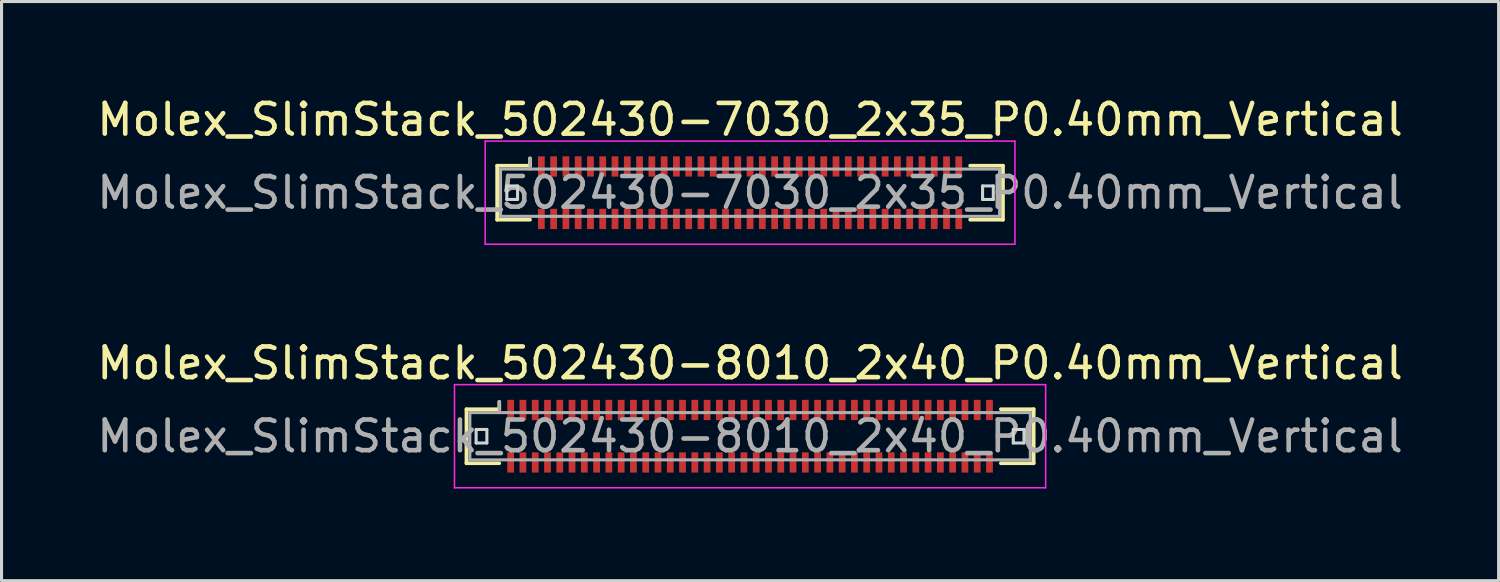
<source format=kicad_pcb>
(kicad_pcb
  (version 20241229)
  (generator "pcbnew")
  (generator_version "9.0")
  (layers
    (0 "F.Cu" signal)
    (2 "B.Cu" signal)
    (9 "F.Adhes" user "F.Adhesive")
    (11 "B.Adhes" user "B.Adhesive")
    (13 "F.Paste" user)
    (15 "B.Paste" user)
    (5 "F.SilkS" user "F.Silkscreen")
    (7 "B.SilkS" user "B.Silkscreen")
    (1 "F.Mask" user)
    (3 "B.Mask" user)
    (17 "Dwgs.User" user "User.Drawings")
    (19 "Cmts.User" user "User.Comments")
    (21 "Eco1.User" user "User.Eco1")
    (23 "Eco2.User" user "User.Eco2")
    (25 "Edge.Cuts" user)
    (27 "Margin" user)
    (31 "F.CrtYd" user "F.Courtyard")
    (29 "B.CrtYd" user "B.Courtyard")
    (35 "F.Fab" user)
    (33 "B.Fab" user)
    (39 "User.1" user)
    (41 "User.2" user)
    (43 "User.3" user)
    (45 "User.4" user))
  (footprint "Molex_SlimStack_502430-7030_2x35_P0.40mm_Vertical"
    (layer "F.Cu")
    (at 21.387 3.228)
    (property "Reference" "Molex_SlimStack_502430-7030_2x35_P0.40mm_Vertical" (at 0 -2.38 0) (layer "F.SilkS") (effects (font (size 1 1) (thickness 0.15))))
    (attr smd)
    (fp_line (start -8.24 -0.88) (end -7.17 -0.88) (stroke (width 0.12) (type solid)) (layer "F.SilkS"))
    (fp_line (start -8.24 0.88) (end -8.24 -0.88) (stroke (width 0.12) (type solid)) (layer "F.SilkS"))
    (fp_line (start -7.17 -0.88) (end -7.17 -1.12) (stroke (width 0.12) (type solid)) (layer "F.SilkS"))
    (fp_line (start -7.17 0.88) (end -8.24 0.88) (stroke (width 0.12) (type solid)) (layer "F.SilkS"))
    (fp_line (start 7.17 0.88) (end 8.24 0.88) (stroke (width 0.12) (type solid)) (layer "F.SilkS"))
    (fp_line (start 8.24 -0.88) (end 7.17 -0.88) (stroke (width 0.12) (type solid)) (layer "F.SilkS"))
    (fp_line (start 8.24 0.88) (end 8.24 -0.88) (stroke (width 0.12) (type solid)) (layer "F.SilkS"))
    (fp_line (start -7.925 -0.22) (end -7.925 0.22) (stroke (width 0.1) (type solid)) (layer "Edge.Cuts"))
    (fp_line (start -7.925 0.22) (end -7.575 0.22) (stroke (width 0.1) (type solid)) (layer "Edge.Cuts"))
    (fp_line (start -7.575 -0.22) (end -7.925 -0.22) (stroke (width 0.1) (type solid)) (layer "Edge.Cuts"))
    (fp_line (start -7.575 0.22) (end -7.575 -0.22) (stroke (width 0.1) (type solid)) (layer "Edge.Cuts"))
    (fp_line (start 7.575 -0.22) (end 7.575 0.22) (stroke (width 0.1) (type solid)) (layer "Edge.Cuts"))
    (fp_line (start 7.575 0.22) (end 7.925 0.22) (stroke (width 0.1) (type solid)) (layer "Edge.Cuts"))
    (fp_line (start 7.925 -0.22) (end 7.575 -0.22) (stroke (width 0.1) (type solid)) (layer "Edge.Cuts"))
    (fp_line (start 7.925 0.22) (end 7.925 -0.22) (stroke (width 0.1) (type solid)) (layer "Edge.Cuts"))
    (fp_line (start -8.63 -1.68) (end -8.63 1.68) (stroke (width 0.05) (type solid)) (layer "F.CrtYd"))
    (fp_line (start -8.63 1.68) (end 8.63 1.68) (stroke (width 0.05) (type solid)) (layer "F.CrtYd"))
    (fp_line (start 8.63 -1.68) (end -8.63 -1.68) (stroke (width 0.05) (type solid)) (layer "F.CrtYd"))
    (fp_line (start 8.63 1.68) (end 8.63 -1.68) (stroke (width 0.05) (type solid)) (layer "F.CrtYd"))
    (fp_line (start -8.13 -0.77) (end -8.13 0.77) (stroke (width 0.1) (type solid)) (layer "F.Fab"))
    (fp_line (start -8.13 0.77) (end 8.13 0.77) (stroke (width 0.1) (type solid)) (layer "F.Fab"))
    (fp_line (start -7.17 -0.77) (end -7.17 -1.12) (stroke (width 0.1) (type solid)) (layer "F.Fab"))
    (fp_line (start 8.13 -0.77) (end -8.13 -0.77) (stroke (width 0.1) (type solid)) (layer "F.Fab"))
    (fp_line (start 8.13 0.77) (end 8.13 -0.77) (stroke (width 0.1) (type solid)) (layer "F.Fab"))
    (fp_text user "${REFERENCE}" (at 0 0 0) (layer "F.Fab") (effects (font (size 1 1) (thickness 0.15))))
    (pad "1" smd rect (at -6.8 -0.855) (size 0.22 0.66) (layers "F.Cu" "F.Mask" "F.Paste"))
    (pad "2" smd rect (at -6.8 0.855) (size 0.22 0.66) (layers "F.Cu" "F.Mask" "F.Paste"))
    (pad "3" smd rect (at -6.4 -0.855) (size 0.22 0.66) (layers "F.Cu" "F.Mask" "F.Paste"))
    (pad "4" smd rect (at -6.4 0.855) (size 0.22 0.66) (layers "F.Cu" "F.Mask" "F.Paste"))
    (pad "5" smd rect (at -6 -0.855) (size 0.22 0.66) (layers "F.Cu" "F.Mask" "F.Paste"))
    (pad "6" smd rect (at -6 0.855) (size 0.22 0.66) (layers "F.Cu" "F.Mask" "F.Paste"))
    (pad "7" smd rect (at -5.6 -0.855) (size 0.22 0.66) (layers "F.Cu" "F.Mask" "F.Paste"))
    (pad "8" smd rect (at -5.6 0.855) (size 0.22 0.66) (layers "F.Cu" "F.Mask" "F.Paste"))
    (pad "9" smd rect (at -5.2 -0.855) (size 0.22 0.66) (layers "F.Cu" "F.Mask" "F.Paste"))
    (pad "10" smd rect (at -5.2 0.855) (size 0.22 0.66) (layers "F.Cu" "F.Mask" "F.Paste"))
    (pad "11" smd rect (at -4.8 -0.855) (size 0.22 0.66) (layers "F.Cu" "F.Mask" "F.Paste"))
    (pad "12" smd rect (at -4.8 0.855) (size 0.22 0.66) (layers "F.Cu" "F.Mask" "F.Paste"))
    (pad "13" smd rect (at -4.4 -0.855) (size 0.22 0.66) (layers "F.Cu" "F.Mask" "F.Paste"))
    (pad "14" smd rect (at -4.4 0.855) (size 0.22 0.66) (layers "F.Cu" "F.Mask" "F.Paste"))
    (pad "15" smd rect (at -4 -0.855) (size 0.22 0.66) (layers "F.Cu" "F.Mask" "F.Paste"))
    (pad "16" smd rect (at -4 0.855) (size 0.22 0.66) (layers "F.Cu" "F.Mask" "F.Paste"))
    (pad "17" smd rect (at -3.6 -0.855) (size 0.22 0.66) (layers "F.Cu" "F.Mask" "F.Paste"))
    (pad "18" smd rect (at -3.6 0.855) (size 0.22 0.66) (layers "F.Cu" "F.Mask" "F.Paste"))
    (pad "19" smd rect (at -3.2 -0.855) (size 0.22 0.66) (layers "F.Cu" "F.Mask" "F.Paste"))
    (pad "20" smd rect (at -3.2 0.855) (size 0.22 0.66) (layers "F.Cu" "F.Mask" "F.Paste"))
    (pad "21" smd rect (at -2.8 -0.855) (size 0.22 0.66) (layers "F.Cu" "F.Mask" "F.Paste"))
    (pad "22" smd rect (at -2.8 0.855) (size 0.22 0.66) (layers "F.Cu" "F.Mask" "F.Paste"))
    (pad "23" smd rect (at -2.4 -0.855) (size 0.22 0.66) (layers "F.Cu" "F.Mask" "F.Paste"))
    (pad "24" smd rect (at -2.4 0.855) (size 0.22 0.66) (layers "F.Cu" "F.Mask" "F.Paste"))
    (pad "25" smd rect (at -2 -0.855) (size 0.22 0.66) (layers "F.Cu" "F.Mask" "F.Paste"))
    (pad "26" smd rect (at -2 0.855) (size 0.22 0.66) (layers "F.Cu" "F.Mask" "F.Paste"))
    (pad "27" smd rect (at -1.6 -0.855) (size 0.22 0.66) (layers "F.Cu" "F.Mask" "F.Paste"))
    (pad "28" smd rect (at -1.6 0.855) (size 0.22 0.66) (layers "F.Cu" "F.Mask" "F.Paste"))
    (pad "29" smd rect (at -1.2 -0.855) (size 0.22 0.66) (layers "F.Cu" "F.Mask" "F.Paste"))
    (pad "30" smd rect (at -1.2 0.855) (size 0.22 0.66) (layers "F.Cu" "F.Mask" "F.Paste"))
    (pad "31" smd rect (at -0.8 -0.855) (size 0.22 0.66) (layers "F.Cu" "F.Mask" "F.Paste"))
    (pad "32" smd rect (at -0.8 0.855) (size 0.22 0.66) (layers "F.Cu" "F.Mask" "F.Paste"))
    (pad "33" smd rect (at -0.4 -0.855) (size 0.22 0.66) (layers "F.Cu" "F.Mask" "F.Paste"))
    (pad "34" smd rect (at -0.4 0.855) (size 0.22 0.66) (layers "F.Cu" "F.Mask" "F.Paste"))
    (pad "35" smd rect (at 0 -0.855) (size 0.22 0.66) (layers "F.Cu" "F.Mask" "F.Paste"))
    (pad "36" smd rect (at 0 0.855) (size 0.22 0.66) (layers "F.Cu" "F.Mask" "F.Paste"))
    (pad "37" smd rect (at 0.4 -0.855) (size 0.22 0.66) (layers "F.Cu" "F.Mask" "F.Paste"))
    (pad "38" smd rect (at 0.4 0.855) (size 0.22 0.66) (layers "F.Cu" "F.Mask" "F.Paste"))
    (pad "39" smd rect (at 0.8 -0.855) (size 0.22 0.66) (layers "F.Cu" "F.Mask" "F.Paste"))
    (pad "40" smd rect (at 0.8 0.855) (size 0.22 0.66) (layers "F.Cu" "F.Mask" "F.Paste"))
    (pad "41" smd rect (at 1.2 -0.855) (size 0.22 0.66) (layers "F.Cu" "F.Mask" "F.Paste"))
    (pad "42" smd rect (at 1.2 0.855) (size 0.22 0.66) (layers "F.Cu" "F.Mask" "F.Paste"))
    (pad "43" smd rect (at 1.6 -0.855) (size 0.22 0.66) (layers "F.Cu" "F.Mask" "F.Paste"))
    (pad "44" smd rect (at 1.6 0.855) (size 0.22 0.66) (layers "F.Cu" "F.Mask" "F.Paste"))
    (pad "45" smd rect (at 2 -0.855) (size 0.22 0.66) (layers "F.Cu" "F.Mask" "F.Paste"))
    (pad "46" smd rect (at 2 0.855) (size 0.22 0.66) (layers "F.Cu" "F.Mask" "F.Paste"))
    (pad "47" smd rect (at 2.4 -0.855) (size 0.22 0.66) (layers "F.Cu" "F.Mask" "F.Paste"))
    (pad "48" smd rect (at 2.4 0.855) (size 0.22 0.66) (layers "F.Cu" "F.Mask" "F.Paste"))
    (pad "49" smd rect (at 2.8 -0.855) (size 0.22 0.66) (layers "F.Cu" "F.Mask" "F.Paste"))
    (pad "50" smd rect (at 2.8 0.855) (size 0.22 0.66) (layers "F.Cu" "F.Mask" "F.Paste"))
    (pad "51" smd rect (at 3.2 -0.855) (size 0.22 0.66) (layers "F.Cu" "F.Mask" "F.Paste"))
    (pad "52" smd rect (at 3.2 0.855) (size 0.22 0.66) (layers "F.Cu" "F.Mask" "F.Paste"))
    (pad "53" smd rect (at 3.6 -0.855) (size 0.22 0.66) (layers "F.Cu" "F.Mask" "F.Paste"))
    (pad "54" smd rect (at 3.6 0.855) (size 0.22 0.66) (layers "F.Cu" "F.Mask" "F.Paste"))
    (pad "55" smd rect (at 4 -0.855) (size 0.22 0.66) (layers "F.Cu" "F.Mask" "F.Paste"))
    (pad "56" smd rect (at 4 0.855) (size 0.22 0.66) (layers "F.Cu" "F.Mask" "F.Paste"))
    (pad "57" smd rect (at 4.4 -0.855) (size 0.22 0.66) (layers "F.Cu" "F.Mask" "F.Paste"))
    (pad "58" smd rect (at 4.4 0.855) (size 0.22 0.66) (layers "F.Cu" "F.Mask" "F.Paste"))
    (pad "59" smd rect (at 4.8 -0.855) (size 0.22 0.66) (layers "F.Cu" "F.Mask" "F.Paste"))
    (pad "60" smd rect (at 4.8 0.855) (size 0.22 0.66) (layers "F.Cu" "F.Mask" "F.Paste"))
    (pad "61" smd rect (at 5.2 -0.855) (size 0.22 0.66) (layers "F.Cu" "F.Mask" "F.Paste"))
    (pad "62" smd rect (at 5.2 0.855) (size 0.22 0.66) (layers "F.Cu" "F.Mask" "F.Paste"))
    (pad "63" smd rect (at 5.6 -0.855) (size 0.22 0.66) (layers "F.Cu" "F.Mask" "F.Paste"))
    (pad "64" smd rect (at 5.6 0.855) (size 0.22 0.66) (layers "F.Cu" "F.Mask" "F.Paste"))
    (pad "65" smd rect (at 6 -0.855) (size 0.22 0.66) (layers "F.Cu" "F.Mask" "F.Paste"))
    (pad "66" smd rect (at 6 0.855) (size 0.22 0.66) (layers "F.Cu" "F.Mask" "F.Paste"))
    (pad "67" smd rect (at 6.4 -0.855) (size 0.22 0.66) (layers "F.Cu" "F.Mask" "F.Paste"))
    (pad "68" smd rect (at 6.4 0.855) (size 0.22 0.66) (layers "F.Cu" "F.Mask" "F.Paste"))
    (pad "69" smd rect (at 6.8 -0.855) (size 0.22 0.66) (layers "F.Cu" "F.Mask" "F.Paste"))
    (pad "70" smd rect (at 6.8 0.855) (size 0.22 0.66) (layers "F.Cu" "F.Mask" "F.Paste")))
  (footprint "Molex_SlimStack_502430-8010_2x40_P0.40mm_Vertical"
    (layer "F.Cu")
    (at 21.387 11.162)
    (property "Reference" "Molex_SlimStack_502430-8010_2x40_P0.40mm_Vertical" (at 0 -2.38 0) (layer "F.SilkS") (effects (font (size 1 1) (thickness 0.15))))
    (attr smd)
    (fp_line (start -9.24 -0.88) (end -8.17 -0.88) (stroke (width 0.12) (type solid)) (layer "F.SilkS"))
    (fp_line (start -9.24 0.88) (end -9.24 -0.88) (stroke (width 0.12) (type solid)) (layer "F.SilkS"))
    (fp_line (start -8.17 -0.88) (end -8.17 -1.12) (stroke (width 0.12) (type solid)) (layer "F.SilkS"))
    (fp_line (start -8.17 0.88) (end -9.24 0.88) (stroke (width 0.12) (type solid)) (layer "F.SilkS"))
    (fp_line (start 8.17 0.88) (end 9.24 0.88) (stroke (width 0.12) (type solid)) (layer "F.SilkS"))
    (fp_line (start 9.24 -0.88) (end 8.17 -0.88) (stroke (width 0.12) (type solid)) (layer "F.SilkS"))
    (fp_line (start 9.24 0.88) (end 9.24 -0.88) (stroke (width 0.12) (type solid)) (layer "F.SilkS"))
    (fp_line (start -8.925 -0.22) (end -8.925 0.22) (stroke (width 0.1) (type solid)) (layer "Edge.Cuts"))
    (fp_line (start -8.925 0.22) (end -8.575 0.22) (stroke (width 0.1) (type solid)) (layer "Edge.Cuts"))
    (fp_line (start -8.575 -0.22) (end -8.925 -0.22) (stroke (width 0.1) (type solid)) (layer "Edge.Cuts"))
    (fp_line (start -8.575 0.22) (end -8.575 -0.22) (stroke (width 0.1) (type solid)) (layer "Edge.Cuts"))
    (fp_line (start 8.575 -0.22) (end 8.575 0.22) (stroke (width 0.1) (type solid)) (layer "Edge.Cuts"))
    (fp_line (start 8.575 0.22) (end 8.925 0.22) (stroke (width 0.1) (type solid)) (layer "Edge.Cuts"))
    (fp_line (start 8.925 -0.22) (end 8.575 -0.22) (stroke (width 0.1) (type solid)) (layer "Edge.Cuts"))
    (fp_line (start 8.925 0.22) (end 8.925 -0.22) (stroke (width 0.1) (type solid)) (layer "Edge.Cuts"))
    (fp_line (start -9.63 -1.68) (end -9.63 1.68) (stroke (width 0.05) (type solid)) (layer "F.CrtYd"))
    (fp_line (start -9.63 1.68) (end 9.63 1.68) (stroke (width 0.05) (type solid)) (layer "F.CrtYd"))
    (fp_line (start 9.63 -1.68) (end -9.63 -1.68) (stroke (width 0.05) (type solid)) (layer "F.CrtYd"))
    (fp_line (start 9.63 1.68) (end 9.63 -1.68) (stroke (width 0.05) (type solid)) (layer "F.CrtYd"))
    (fp_line (start -9.13 -0.77) (end -9.13 0.77) (stroke (width 0.1) (type solid)) (layer "F.Fab"))
    (fp_line (start -9.13 0.77) (end 9.13 0.77) (stroke (width 0.1) (type solid)) (layer "F.Fab"))
    (fp_line (start -8.17 -0.77) (end -8.17 -1.12) (stroke (width 0.1) (type solid)) (layer "F.Fab"))
    (fp_line (start 9.13 -0.77) (end -9.13 -0.77) (stroke (width 0.1) (type solid)) (layer "F.Fab"))
    (fp_line (start 9.13 0.77) (end 9.13 -0.77) (stroke (width 0.1) (type solid)) (layer "F.Fab"))
    (fp_text user "${REFERENCE}" (at 0 0 0) (layer "F.Fab") (effects (font (size 1 1) (thickness 0.15))))
    (pad "1" smd rect (at -7.8 -0.855) (size 0.22 0.66) (layers "F.Cu" "F.Mask" "F.Paste"))
    (pad "2" smd rect (at -7.8 0.855) (size 0.22 0.66) (layers "F.Cu" "F.Mask" "F.Paste"))
    (pad "3" smd rect (at -7.4 -0.855) (size 0.22 0.66) (layers "F.Cu" "F.Mask" "F.Paste"))
    (pad "4" smd rect (at -7.4 0.855) (size 0.22 0.66) (layers "F.Cu" "F.Mask" "F.Paste"))
    (pad "5" smd rect (at -7 -0.855) (size 0.22 0.66) (layers "F.Cu" "F.Mask" "F.Paste"))
    (pad "6" smd rect (at -7 0.855) (size 0.22 0.66) (layers "F.Cu" "F.Mask" "F.Paste"))
    (pad "7" smd rect (at -6.6 -0.855) (size 0.22 0.66) (layers "F.Cu" "F.Mask" "F.Paste"))
    (pad "8" smd rect (at -6.6 0.855) (size 0.22 0.66) (layers "F.Cu" "F.Mask" "F.Paste"))
    (pad "9" smd rect (at -6.2 -0.855) (size 0.22 0.66) (layers "F.Cu" "F.Mask" "F.Paste"))
    (pad "10" smd rect (at -6.2 0.855) (size 0.22 0.66) (layers "F.Cu" "F.Mask" "F.Paste"))
    (pad "11" smd rect (at -5.8 -0.855) (size 0.22 0.66) (layers "F.Cu" "F.Mask" "F.Paste"))
    (pad "12" smd rect (at -5.8 0.855) (size 0.22 0.66) (layers "F.Cu" "F.Mask" "F.Paste"))
    (pad "13" smd rect (at -5.4 -0.855) (size 0.22 0.66) (layers "F.Cu" "F.Mask" "F.Paste"))
    (pad "14" smd rect (at -5.4 0.855) (size 0.22 0.66) (layers "F.Cu" "F.Mask" "F.Paste"))
    (pad "15" smd rect (at -5 -0.855) (size 0.22 0.66) (layers "F.Cu" "F.Mask" "F.Paste"))
    (pad "16" smd rect (at -5 0.855) (size 0.22 0.66) (layers "F.Cu" "F.Mask" "F.Paste"))
    (pad "17" smd rect (at -4.6 -0.855) (size 0.22 0.66) (layers "F.Cu" "F.Mask" "F.Paste"))
    (pad "18" smd rect (at -4.6 0.855) (size 0.22 0.66) (layers "F.Cu" "F.Mask" "F.Paste"))
    (pad "19" smd rect (at -4.2 -0.855) (size 0.22 0.66) (layers "F.Cu" "F.Mask" "F.Paste"))
    (pad "20" smd rect (at -4.2 0.855) (size 0.22 0.66) (layers "F.Cu" "F.Mask" "F.Paste"))
    (pad "21" smd rect (at -3.8 -0.855) (size 0.22 0.66) (layers "F.Cu" "F.Mask" "F.Paste"))
    (pad "22" smd rect (at -3.8 0.855) (size 0.22 0.66) (layers "F.Cu" "F.Mask" "F.Paste"))
    (pad "23" smd rect (at -3.4 -0.855) (size 0.22 0.66) (layers "F.Cu" "F.Mask" "F.Paste"))
    (pad "24" smd rect (at -3.4 0.855) (size 0.22 0.66) (layers "F.Cu" "F.Mask" "F.Paste"))
    (pad "25" smd rect (at -3 -0.855) (size 0.22 0.66) (layers "F.Cu" "F.Mask" "F.Paste"))
    (pad "26" smd rect (at -3 0.855) (size 0.22 0.66) (layers "F.Cu" "F.Mask" "F.Paste"))
    (pad "27" smd rect (at -2.6 -0.855) (size 0.22 0.66) (layers "F.Cu" "F.Mask" "F.Paste"))
    (pad "28" smd rect (at -2.6 0.855) (size 0.22 0.66) (layers "F.Cu" "F.Mask" "F.Paste"))
    (pad "29" smd rect (at -2.2 -0.855) (size 0.22 0.66) (layers "F.Cu" "F.Mask" "F.Paste"))
    (pad "30" smd rect (at -2.2 0.855) (size 0.22 0.66) (layers "F.Cu" "F.Mask" "F.Paste"))
    (pad "31" smd rect (at -1.8 -0.855) (size 0.22 0.66) (layers "F.Cu" "F.Mask" "F.Paste"))
    (pad "32" smd rect (at -1.8 0.855) (size 0.22 0.66) (layers "F.Cu" "F.Mask" "F.Paste"))
    (pad "33" smd rect (at -1.4 -0.855) (size 0.22 0.66) (layers "F.Cu" "F.Mask" "F.Paste"))
    (pad "34" smd rect (at -1.4 0.855) (size 0.22 0.66) (layers "F.Cu" "F.Mask" "F.Paste"))
    (pad "35" smd rect (at -1 -0.855) (size 0.22 0.66) (layers "F.Cu" "F.Mask" "F.Paste"))
    (pad "36" smd rect (at -1 0.855) (size 0.22 0.66) (layers "F.Cu" "F.Mask" "F.Paste"))
    (pad "37" smd rect (at -0.6 -0.855) (size 0.22 0.66) (layers "F.Cu" "F.Mask" "F.Paste"))
    (pad "38" smd rect (at -0.6 0.855) (size 0.22 0.66) (layers "F.Cu" "F.Mask" "F.Paste"))
    (pad "39" smd rect (at -0.2 -0.855) (size 0.22 0.66) (layers "F.Cu" "F.Mask" "F.Paste"))
    (pad "40" smd rect (at -0.2 0.855) (size 0.22 0.66) (layers "F.Cu" "F.Mask" "F.Paste"))
    (pad "41" smd rect (at 0.2 -0.855) (size 0.22 0.66) (layers "F.Cu" "F.Mask" "F.Paste"))
    (pad "42" smd rect (at 0.2 0.855) (size 0.22 0.66) (layers "F.Cu" "F.Mask" "F.Paste"))
    (pad "43" smd rect (at 0.6 -0.855) (size 0.22 0.66) (layers "F.Cu" "F.Mask" "F.Paste"))
    (pad "44" smd rect (at 0.6 0.855) (size 0.22 0.66) (layers "F.Cu" "F.Mask" "F.Paste"))
    (pad "45" smd rect (at 1 -0.855) (size 0.22 0.66) (layers "F.Cu" "F.Mask" "F.Paste"))
    (pad "46" smd rect (at 1 0.855) (size 0.22 0.66) (layers "F.Cu" "F.Mask" "F.Paste"))
    (pad "47" smd rect (at 1.4 -0.855) (size 0.22 0.66) (layers "F.Cu" "F.Mask" "F.Paste"))
    (pad "48" smd rect (at 1.4 0.855) (size 0.22 0.66) (layers "F.Cu" "F.Mask" "F.Paste"))
    (pad "49" smd rect (at 1.8 -0.855) (size 0.22 0.66) (layers "F.Cu" "F.Mask" "F.Paste"))
    (pad "50" smd rect (at 1.8 0.855) (size 0.22 0.66) (layers "F.Cu" "F.Mask" "F.Paste"))
    (pad "51" smd rect (at 2.2 -0.855) (size 0.22 0.66) (layers "F.Cu" "F.Mask" "F.Paste"))
    (pad "52" smd rect (at 2.2 0.855) (size 0.22 0.66) (layers "F.Cu" "F.Mask" "F.Paste"))
    (pad "53" smd rect (at 2.6 -0.855) (size 0.22 0.66) (layers "F.Cu" "F.Mask" "F.Paste"))
    (pad "54" smd rect (at 2.6 0.855) (size 0.22 0.66) (layers "F.Cu" "F.Mask" "F.Paste"))
    (pad "55" smd rect (at 3 -0.855) (size 0.22 0.66) (layers "F.Cu" "F.Mask" "F.Paste"))
    (pad "56" smd rect (at 3 0.855) (size 0.22 0.66) (layers "F.Cu" "F.Mask" "F.Paste"))
    (pad "57" smd rect (at 3.4 -0.855) (size 0.22 0.66) (layers "F.Cu" "F.Mask" "F.Paste"))
    (pad "58" smd rect (at 3.4 0.855) (size 0.22 0.66) (layers "F.Cu" "F.Mask" "F.Paste"))
    (pad "59" smd rect (at 3.8 -0.855) (size 0.22 0.66) (layers "F.Cu" "F.Mask" "F.Paste"))
    (pad "60" smd rect (at 3.8 0.855) (size 0.22 0.66) (layers "F.Cu" "F.Mask" "F.Paste"))
    (pad "61" smd rect (at 4.2 -0.855) (size 0.22 0.66) (layers "F.Cu" "F.Mask" "F.Paste"))
    (pad "62" smd rect (at 4.2 0.855) (size 0.22 0.66) (layers "F.Cu" "F.Mask" "F.Paste"))
    (pad "63" smd rect (at 4.6 -0.855) (size 0.22 0.66) (layers "F.Cu" "F.Mask" "F.Paste"))
    (pad "64" smd rect (at 4.6 0.855) (size 0.22 0.66) (layers "F.Cu" "F.Mask" "F.Paste"))
    (pad "65" smd rect (at 5 -0.855) (size 0.22 0.66) (layers "F.Cu" "F.Mask" "F.Paste"))
    (pad "66" smd rect (at 5 0.855) (size 0.22 0.66) (layers "F.Cu" "F.Mask" "F.Paste"))
    (pad "67" smd rect (at 5.4 -0.855) (size 0.22 0.66) (layers "F.Cu" "F.Mask" "F.Paste"))
    (pad "68" smd rect (at 5.4 0.855) (size 0.22 0.66) (layers "F.Cu" "F.Mask" "F.Paste"))
    (pad "69" smd rect (at 5.8 -0.855) (size 0.22 0.66) (layers "F.Cu" "F.Mask" "F.Paste"))
    (pad "70" smd rect (at 5.8 0.855) (size 0.22 0.66) (layers "F.Cu" "F.Mask" "F.Paste"))
    (pad "71" smd rect (at 6.2 -0.855) (size 0.22 0.66) (layers "F.Cu" "F.Mask" "F.Paste"))
    (pad "72" smd rect (at 6.2 0.855) (size 0.22 0.66) (layers "F.Cu" "F.Mask" "F.Paste"))
    (pad "73" smd rect (at 6.6 -0.855) (size 0.22 0.66) (layers "F.Cu" "F.Mask" "F.Paste"))
    (pad "74" smd rect (at 6.6 0.855) (size 0.22 0.66) (layers "F.Cu" "F.Mask" "F.Paste"))
    (pad "75" smd rect (at 7 -0.855) (size 0.22 0.66) (layers "F.Cu" "F.Mask" "F.Paste"))
    (pad "76" smd rect (at 7 0.855) (size 0.22 0.66) (layers "F.Cu" "F.Mask" "F.Paste"))
    (pad "77" smd rect (at 7.4 -0.855) (size 0.22 0.66) (layers "F.Cu" "F.Mask" "F.Paste"))
    (pad "78" smd rect (at 7.4 0.855) (size 0.22 0.66) (layers "F.Cu" "F.Mask" "F.Paste"))
    (pad "79" smd rect (at 7.8 -0.855) (size 0.22 0.66) (layers "F.Cu" "F.Mask" "F.Paste"))
    (pad "80" smd rect (at 7.8 0.855) (size 0.22 0.66) (layers "F.Cu" "F.Mask" "F.Paste")))
  (gr_rect
    (start -3 -3)
    (end 45.774 15.867)
    (stroke (width 0.1) (type default))
    (fill no)
    (layer "Edge.Cuts")))
</source>
